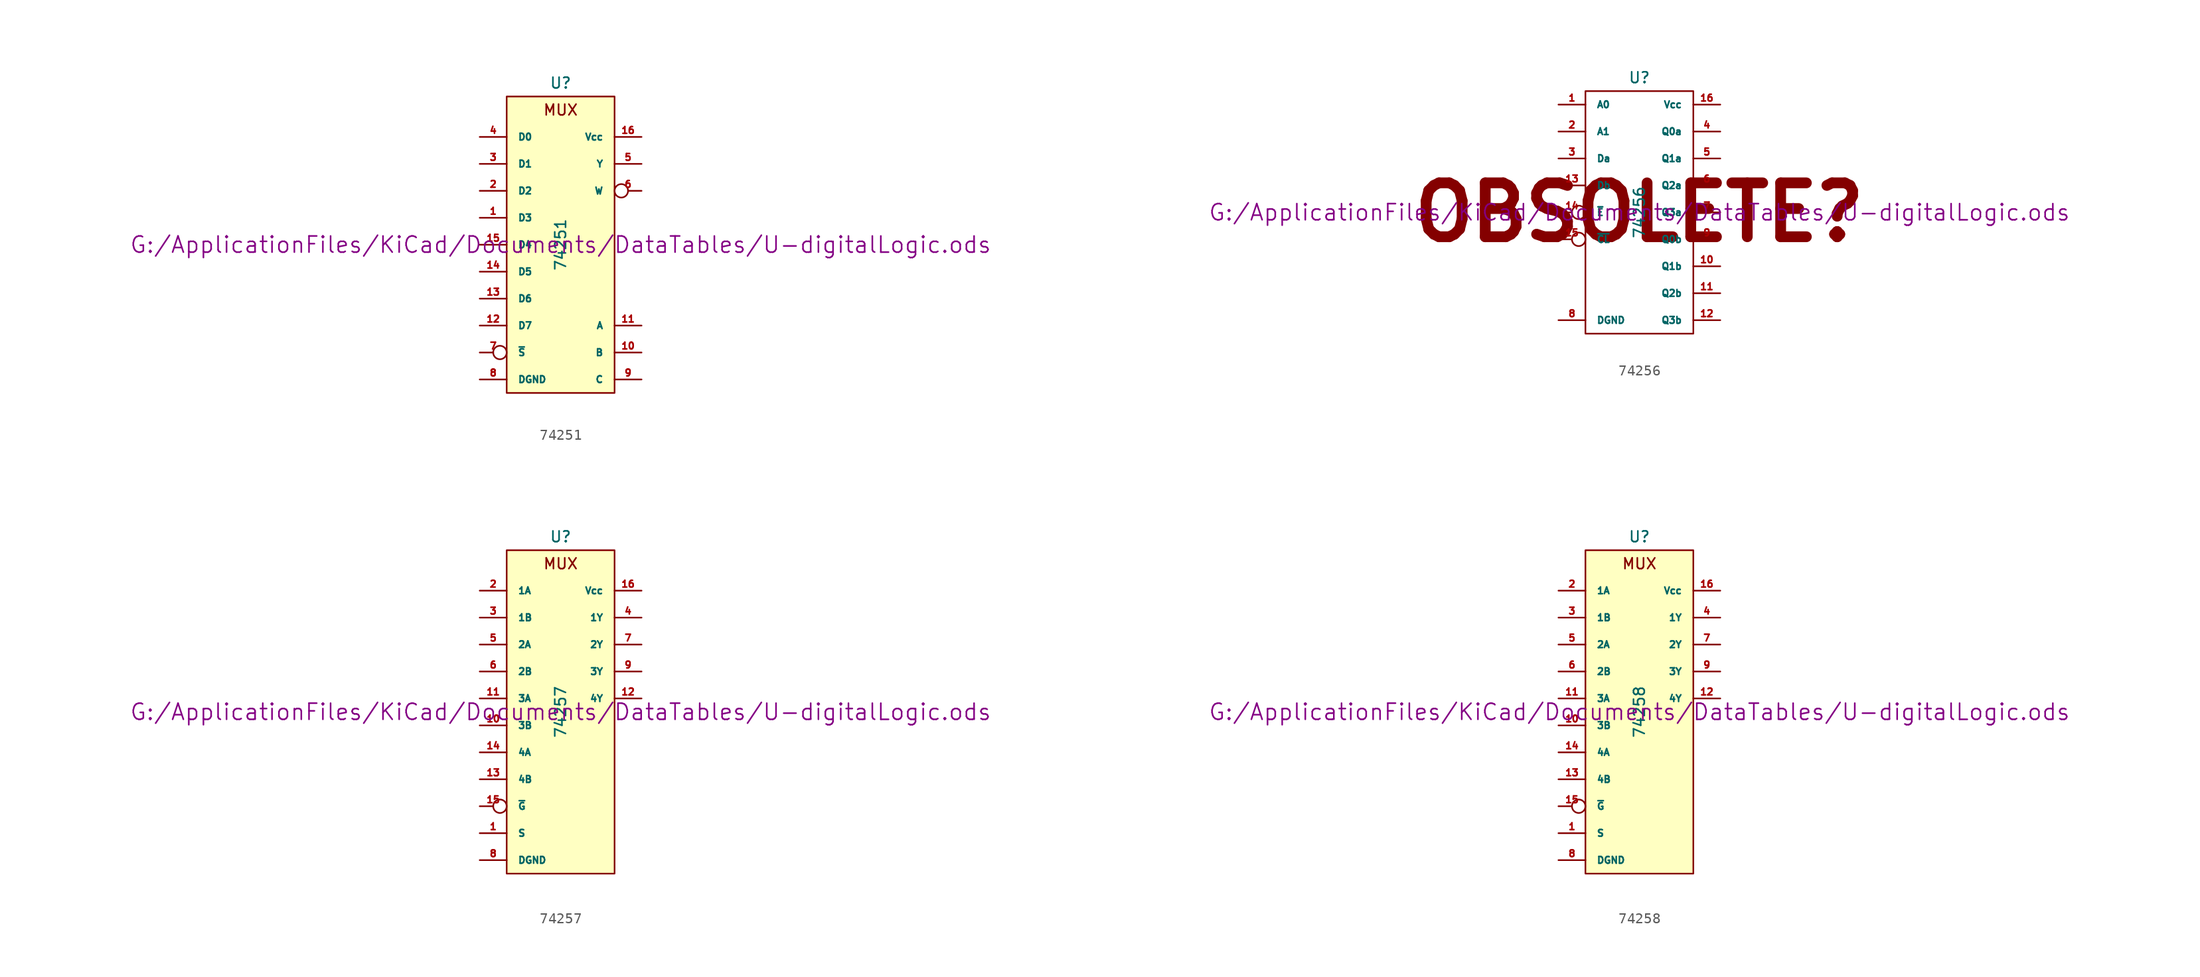
<source format=kicad_sym>
(kicad_symbol_lib
  (version 20211014)
  (generator kicad_symbol_editor)
  (symbol "74251"
    (pin_names
      (offset 1.016))
    (property "Reference" "U"
      (at 0 15.24 0)
      (effects (font (size 1.016 1.016))))
    (property "Value" "74251"
      (at 0 0 90)
      (effects (font (size 1.016 1.016))))
    (property "Footprint" ""
      (at 0 0 0)
      (effects (font (size 1.524 1.524))))
    (property "Datasheet" "G:/ApplicationFiles/KiCad/Documents/DataTables/U-digitalLogic.ods"
      (at 0 0 0)
      (effects (font (size 1.524 1.524))))
    (symbol "74251_0_0"
      (text "MUX" (at 0 12.7 0) (effects (font (size 1.016 1.016)))))
    (symbol "74251_0_1"
      (rectangle (start -5.08 13.97) (end 5.08 -13.97) (stroke (width 0) (type default) (color 0 0 0 0)) (fill (type background))))
    (symbol "74251_1_1"
      (pin input line (at -7.62 2.54 0) (length 2.54) (name "D3" (effects (font (size 0.635 0.635)))) (number "1" (effects (font (size 0.635 0.635)))))
      (pin input line (at 7.62 -10.16 180) (length 2.54) (name "B" (effects (font (size 0.635 0.635)))) (number "10" (effects (font (size 0.635 0.635)))))
      (pin input line (at 7.62 -7.62 180) (length 2.54) (name "A" (effects (font (size 0.635 0.635)))) (number "11" (effects (font (size 0.635 0.635)))))
      (pin input line (at -7.62 -7.62 0) (length 2.54) (name "D7" (effects (font (size 0.635 0.635)))) (number "12" (effects (font (size 0.635 0.635)))))
      (pin input line (at -7.62 -5.08 0) (length 2.54) (name "D6" (effects (font (size 0.635 0.635)))) (number "13" (effects (font (size 0.635 0.635)))))
      (pin input line (at -7.62 -2.54 0) (length 2.54) (name "D5" (effects (font (size 0.635 0.635)))) (number "14" (effects (font (size 0.635 0.635)))))
      (pin input line (at -7.62 0 0) (length 2.54) (name "D4" (effects (font (size 0.635 0.635)))) (number "15" (effects (font (size 0.635 0.635)))))
      (pin power_in line (at 7.62 10.16 180) (length 2.54) (name "Vcc" (effects (font (size 0.635 0.635)))) (number "16" (effects (font (size 0.635 0.635)))))
      (pin input line (at -7.62 5.08 0) (length 2.54) (name "D2" (effects (font (size 0.635 0.635)))) (number "2" (effects (font (size 0.635 0.635)))))
      (pin input line (at -7.62 7.62 0) (length 2.54) (name "D1" (effects (font (size 0.635 0.635)))) (number "3" (effects (font (size 0.635 0.635)))))
      (pin input line (at -7.62 10.16 0) (length 2.54) (name "D0" (effects (font (size 0.635 0.635)))) (number "4" (effects (font (size 0.635 0.635)))))
      (pin tri_state line (at 7.62 7.62 180) (length 2.54) (name "Y" (effects (font (size 0.635 0.635)))) (number "5" (effects (font (size 0.635 0.635)))))
      (pin tri_state inverted (at 7.62 5.08 180) (length 2.54) (name "W" (effects (font (size 0.635 0.635)))) (number "6" (effects (font (size 0.635 0.635)))))
      (pin input inverted (at -7.62 -10.16 0) (length 2.54) (name "~{S}" (effects (font (size 0.635 0.635)))) (number "7" (effects (font (size 0.635 0.635)))))
      (pin power_in line (at -7.62 -12.7 0) (length 2.54) (name "DGND" (effects (font (size 0.635 0.635)))) (number "8" (effects (font (size 0.635 0.635)))))
      (pin input line (at 7.62 -12.7 180) (length 2.54) (name "C" (effects (font (size 0.635 0.635)))) (number "9" (effects (font (size 0.635 0.635)))))))
  (symbol "74256"
    (pin_names
      (offset 1.016))
    (property "Reference" "U"
      (at 0 12.7 0)
      (effects (font (size 1.016 1.016))))
    (property "Value" "74256"
      (at 0 0 90)
      (effects (font (size 1.016 1.016))))
    (property "Footprint" ""
      (at 0 0 0)
      (effects (font (size 1.524 1.524))))
    (property "Datasheet" "G:/ApplicationFiles/KiCad/Documents/DataTables/U-digitalLogic.ods"
      (at 0 0 0)
      (effects (font (size 1.524 1.524))))
    (symbol "74256_0_0"
      (text "OBSOLETE?" (at 0 0 0) (effects (font (size 5.08 5.08) bold))))
    (symbol "74256_0_1"
      (rectangle (start -5.08 11.43) (end 5.08 -11.43) (stroke (width 0) (type default) (color 0 0 0 0)) (fill (type none))))
    (symbol "74256_1_1"
      (pin input line (at -7.62 10.16 0) (length 2.54) (name "A0" (effects (font (size 0.635 0.635)))) (number "1" (effects (font (size 0.635 0.635)))))
      (pin output line (at 7.62 -5.08 180) (length 2.54) (name "Q1b" (effects (font (size 0.635 0.635)))) (number "10" (effects (font (size 0.635 0.635)))))
      (pin output line (at 7.62 -7.62 180) (length 2.54) (name "Q2b" (effects (font (size 0.635 0.635)))) (number "11" (effects (font (size 0.635 0.635)))))
      (pin output line (at 7.62 -10.16 180) (length 2.54) (name "Q3b" (effects (font (size 0.635 0.635)))) (number "12" (effects (font (size 0.635 0.635)))))
      (pin input line (at -7.62 2.54 0) (length 2.54) (name "Db" (effects (font (size 0.635 0.635)))) (number "13" (effects (font (size 0.635 0.635)))))
      (pin input inverted (at -7.62 0 0) (length 2.54) (name "~{E}" (effects (font (size 0.635 0.635)))) (number "14" (effects (font (size 0.635 0.635)))))
      (pin input inverted (at -7.62 -2.54 0) (length 2.54) (name "~{CL}" (effects (font (size 0.635 0.635)))) (number "15" (effects (font (size 0.635 0.635)))))
      (pin power_in line (at 7.62 10.16 180) (length 2.54) (name "Vcc" (effects (font (size 0.635 0.635)))) (number "16" (effects (font (size 0.635 0.635)))))
      (pin input line (at -7.62 7.62 0) (length 2.54) (name "A1" (effects (font (size 0.635 0.635)))) (number "2" (effects (font (size 0.635 0.635)))))
      (pin input line (at -7.62 5.08 0) (length 2.54) (name "Da" (effects (font (size 0.635 0.635)))) (number "3" (effects (font (size 0.635 0.635)))))
      (pin output line (at 7.62 7.62 180) (length 2.54) (name "Q0a" (effects (font (size 0.635 0.635)))) (number "4" (effects (font (size 0.635 0.635)))))
      (pin output line (at 7.62 5.08 180) (length 2.54) (name "Q1a" (effects (font (size 0.635 0.635)))) (number "5" (effects (font (size 0.635 0.635)))))
      (pin output line (at 7.62 2.54 180) (length 2.54) (name "Q2a" (effects (font (size 0.635 0.635)))) (number "6" (effects (font (size 0.635 0.635)))))
      (pin output line (at 7.62 0 180) (length 2.54) (name "Q3a" (effects (font (size 0.635 0.635)))) (number "7" (effects (font (size 0.635 0.635)))))
      (pin power_in line (at -7.62 -10.16 0) (length 2.54) (name "DGND" (effects (font (size 0.635 0.635)))) (number "8" (effects (font (size 0.635 0.635)))))
      (pin output line (at 7.62 -2.54 180) (length 2.54) (name "Q0b" (effects (font (size 0.635 0.635)))) (number "9" (effects (font (size 0.635 0.635)))))))
  (symbol "74257"
    (pin_names
      (offset 1.016))
    (property "Reference" "U"
      (at 0 16.51 0)
      (effects (font (size 1.016 1.016))))
    (property "Value" "74257"
      (at 0 0 90)
      (effects (font (size 1.016 1.016))))
    (property "Footprint" ""
      (at 0 0 0)
      (effects (font (size 1.524 1.524))))
    (property "Datasheet" "G:/ApplicationFiles/KiCad/Documents/DataTables/U-digitalLogic.ods"
      (at 0 0 0)
      (effects (font (size 1.524 1.524))))
    (symbol "74257_0_0"
      (text "MUX" (at 0 13.97 0) (effects (font (size 1.016 1.016)))))
    (symbol "74257_0_1"
      (rectangle (start -5.08 15.24) (end 5.08 -15.24) (stroke (width 0) (type default) (color 0 0 0 0)) (fill (type background))))
    (symbol "74257_1_1"
      (pin input line (at -7.62 -11.43 0) (length 2.54) (name "S" (effects (font (size 0.635 0.635)))) (number "1" (effects (font (size 0.635 0.635)))))
      (pin input line (at -7.62 -1.27 0) (length 2.54) (name "3B" (effects (font (size 0.635 0.635)))) (number "10" (effects (font (size 0.635 0.635)))))
      (pin input line (at -7.62 1.27 0) (length 2.54) (name "3A" (effects (font (size 0.635 0.635)))) (number "11" (effects (font (size 0.635 0.635)))))
      (pin tri_state line (at 7.62 1.27 180) (length 2.54) (name "4Y" (effects (font (size 0.635 0.635)))) (number "12" (effects (font (size 0.635 0.635)))))
      (pin input line (at -7.62 -6.35 0) (length 2.54) (name "4B" (effects (font (size 0.635 0.635)))) (number "13" (effects (font (size 0.635 0.635)))))
      (pin input line (at -7.62 -3.81 0) (length 2.54) (name "4A" (effects (font (size 0.635 0.635)))) (number "14" (effects (font (size 0.635 0.635)))))
      (pin input inverted (at -7.62 -8.89 0) (length 2.54) (name "~{G}" (effects (font (size 0.635 0.635)))) (number "15" (effects (font (size 0.635 0.635)))))
      (pin power_in line (at 7.62 11.43 180) (length 2.54) (name "Vcc" (effects (font (size 0.635 0.635)))) (number "16" (effects (font (size 0.635 0.635)))))
      (pin input line (at -7.62 11.43 0) (length 2.54) (name "1A" (effects (font (size 0.635 0.635)))) (number "2" (effects (font (size 0.635 0.635)))))
      (pin input line (at -7.62 8.89 0) (length 2.54) (name "1B" (effects (font (size 0.635 0.635)))) (number "3" (effects (font (size 0.635 0.635)))))
      (pin tri_state line (at 7.62 8.89 180) (length 2.54) (name "1Y" (effects (font (size 0.635 0.635)))) (number "4" (effects (font (size 0.635 0.635)))))
      (pin input line (at -7.62 6.35 0) (length 2.54) (name "2A" (effects (font (size 0.635 0.635)))) (number "5" (effects (font (size 0.635 0.635)))))
      (pin input line (at -7.62 3.81 0) (length 2.54) (name "2B" (effects (font (size 0.635 0.635)))) (number "6" (effects (font (size 0.635 0.635)))))
      (pin tri_state line (at 7.62 6.35 180) (length 2.54) (name "2Y" (effects (font (size 0.635 0.635)))) (number "7" (effects (font (size 0.635 0.635)))))
      (pin power_in line (at -7.62 -13.97 0) (length 2.54) (name "DGND" (effects (font (size 0.635 0.635)))) (number "8" (effects (font (size 0.635 0.635)))))
      (pin tri_state line (at 7.62 3.81 180) (length 2.54) (name "3Y" (effects (font (size 0.635 0.635)))) (number "9" (effects (font (size 0.635 0.635)))))))
  (symbol "74258"
    (pin_names
      (offset 1.016))
    (property "Reference" "U"
      (at 0 16.51 0)
      (effects (font (size 1.016 1.016))))
    (property "Value" "74258"
      (at 0 0 90)
      (effects (font (size 1.016 1.016))))
    (property "Footprint" ""
      (at 0 0 0)
      (effects (font (size 1.524 1.524))))
    (property "Datasheet" "G:/ApplicationFiles/KiCad/Documents/DataTables/U-digitalLogic.ods"
      (at 0 0 0)
      (effects (font (size 1.524 1.524))))
    (symbol "74258_0_0"
      (text "MUX" (at 0 13.97 0) (effects (font (size 1.016 1.016)))))
    (symbol "74258_0_1"
      (rectangle (start -5.08 15.24) (end 5.08 -15.24) (stroke (width 0) (type default) (color 0 0 0 0)) (fill (type background))))
    (symbol "74258_1_1"
      (pin input line (at -7.62 -11.43 0) (length 2.54) (name "S" (effects (font (size 0.635 0.635)))) (number "1" (effects (font (size 0.635 0.635)))))
      (pin input line (at -7.62 -1.27 0) (length 2.54) (name "3B" (effects (font (size 0.635 0.635)))) (number "10" (effects (font (size 0.635 0.635)))))
      (pin input line (at -7.62 1.27 0) (length 2.54) (name "3A" (effects (font (size 0.635 0.635)))) (number "11" (effects (font (size 0.635 0.635)))))
      (pin tri_state line (at 7.62 1.27 180) (length 2.54) (name "4Y" (effects (font (size 0.635 0.635)))) (number "12" (effects (font (size 0.635 0.635)))))
      (pin input line (at -7.62 -6.35 0) (length 2.54) (name "4B" (effects (font (size 0.635 0.635)))) (number "13" (effects (font (size 0.635 0.635)))))
      (pin input line (at -7.62 -3.81 0) (length 2.54) (name "4A" (effects (font (size 0.635 0.635)))) (number "14" (effects (font (size 0.635 0.635)))))
      (pin input inverted (at -7.62 -8.89 0) (length 2.54) (name "~{G}" (effects (font (size 0.635 0.635)))) (number "15" (effects (font (size 0.635 0.635)))))
      (pin power_in line (at 7.62 11.43 180) (length 2.54) (name "Vcc" (effects (font (size 0.635 0.635)))) (number "16" (effects (font (size 0.635 0.635)))))
      (pin input line (at -7.62 11.43 0) (length 2.54) (name "1A" (effects (font (size 0.635 0.635)))) (number "2" (effects (font (size 0.635 0.635)))))
      (pin input line (at -7.62 8.89 0) (length 2.54) (name "1B" (effects (font (size 0.635 0.635)))) (number "3" (effects (font (size 0.635 0.635)))))
      (pin tri_state line (at 7.62 8.89 180) (length 2.54) (name "1Y" (effects (font (size 0.635 0.635)))) (number "4" (effects (font (size 0.635 0.635)))))
      (pin input line (at -7.62 6.35 0) (length 2.54) (name "2A" (effects (font (size 0.635 0.635)))) (number "5" (effects (font (size 0.635 0.635)))))
      (pin input line (at -7.62 3.81 0) (length 2.54) (name "2B" (effects (font (size 0.635 0.635)))) (number "6" (effects (font (size 0.635 0.635)))))
      (pin tri_state line (at 7.62 6.35 180) (length 2.54) (name "2Y" (effects (font (size 0.635 0.635)))) (number "7" (effects (font (size 0.635 0.635)))))
      (pin power_in line (at -7.62 -13.97 0) (length 2.54) (name "DGND" (effects (font (size 0.635 0.635)))) (number "8" (effects (font (size 0.635 0.635)))))
      (pin tri_state line (at 7.62 3.81 180) (length 2.54) (name "3Y" (effects (font (size 0.635 0.635)))) (number "9" (effects (font (size 0.635 0.635))))))))
</source>
